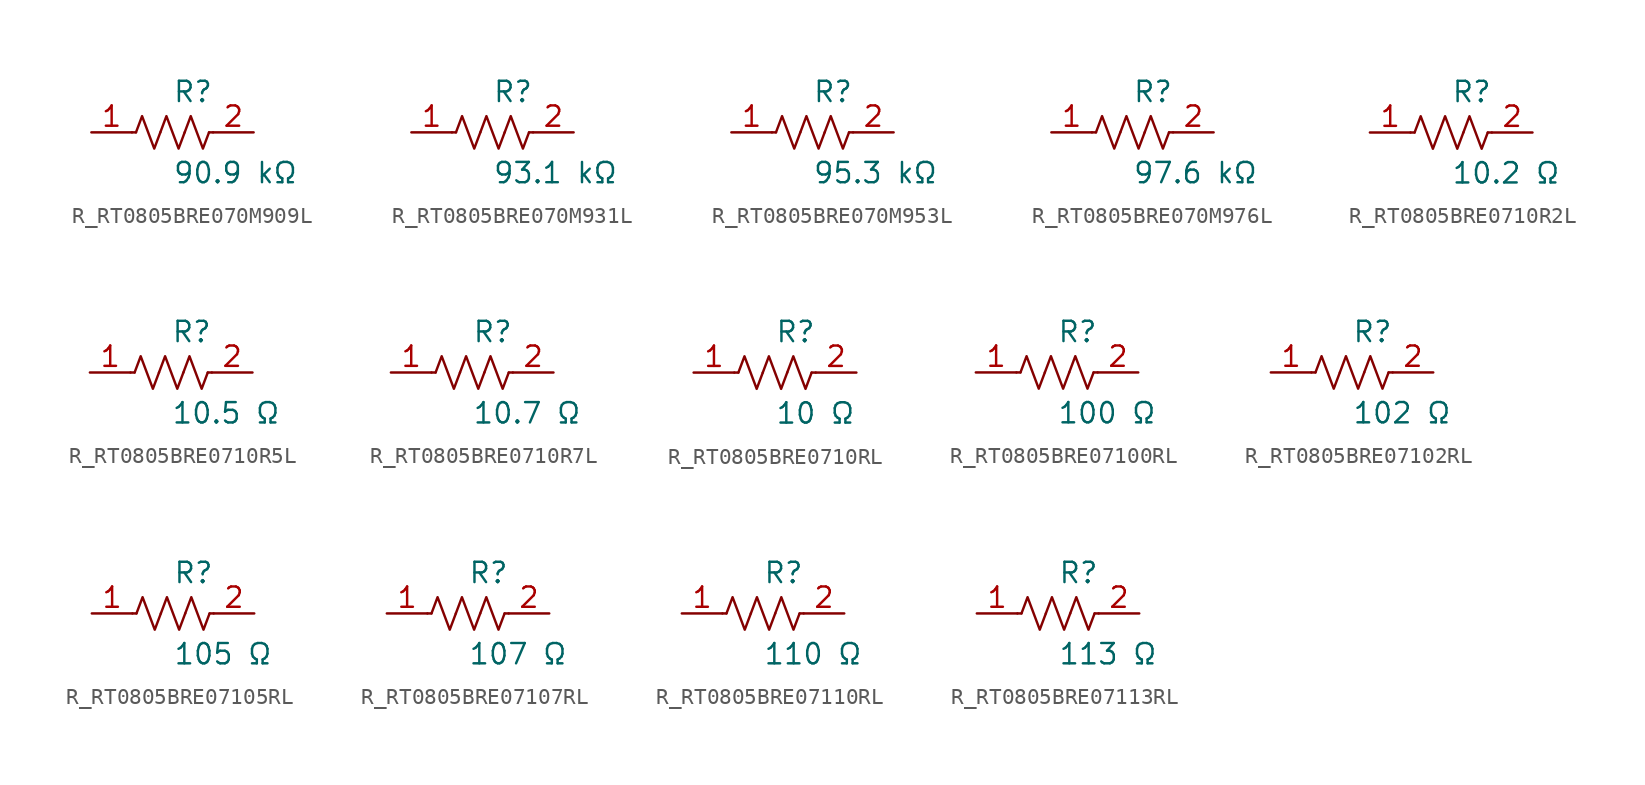
<source format=kicad_sym>
(kicad_symbol_lib
  (version 20231120)
  (generator kicad_symbol_editor)
  (generator_version 8.0)
  (symbol "R_RT0805BRE070M909L"
    (pin_names
      (offset 0.254))
    (property "Reference" "R"
      (at 0.0 2.54 0)
      (effects (font (size 1.27 1.27)) (justify left)))
    (property "Value" "90.9 kΩ"
      (at 0.0 -2.54 0)
      (effects (font (size 1.27 1.27)) (justify left)))
    (symbol "R_RT0805BRE070M909L_0_1"
      (polyline (pts (xy 2.286 0) (xy 2.54 0)) (stroke (width 0) (type default)) (fill (type none)))
      (polyline (pts (xy -2.286 0) (xy -2.54 0)) (stroke (width 0) (type default)) (fill (type none)))
      (polyline (pts (xy 0.762 0) (xy 1.143 1.016) (xy 1.524 0) (xy 1.905 -1.016) (xy 2.286 0)) (stroke (width 0) (type default)) (fill (type none)))
      (polyline (pts (xy -0.762 0) (xy -0.381 1.016) (xy 0 0) (xy 0.381 -1.016) (xy 0.762 0)) (stroke (width 0) (type default)) (fill (type none)))
      (polyline (pts (xy -2.286 0) (xy -1.905 1.016) (xy -1.524 0) (xy -1.143 -1.016) (xy -0.762 0)) (stroke (width 0) (type default)) (fill (type none))))
    (pin unspecified line
      (at -5.08 0 0)
      (length 2.54)
      (name "" (effects (font (size 1.27 1.27))))
      (number "1" (effects (font (size 1.27 1.27)))))
    (pin unspecified line
      (at 5.08 0 180)
      (length 2.54)
      (name "" (effects (font (size 1.27 1.27))))
      (number "2" (effects (font (size 1.27 1.27))))))
  (symbol "R_RT0805BRE070M931L"
    (pin_names
      (offset 0.254))
    (property "Reference" "R"
      (at 0.0 2.54 0)
      (effects (font (size 1.27 1.27)) (justify left)))
    (property "Value" "93.1 kΩ"
      (at 0.0 -2.54 0)
      (effects (font (size 1.27 1.27)) (justify left)))
    (symbol "R_RT0805BRE070M931L_0_1"
      (polyline (pts (xy 2.286 0) (xy 2.54 0)) (stroke (width 0) (type default)) (fill (type none)))
      (polyline (pts (xy -2.286 0) (xy -2.54 0)) (stroke (width 0) (type default)) (fill (type none)))
      (polyline (pts (xy 0.762 0) (xy 1.143 1.016) (xy 1.524 0) (xy 1.905 -1.016) (xy 2.286 0)) (stroke (width 0) (type default)) (fill (type none)))
      (polyline (pts (xy -0.762 0) (xy -0.381 1.016) (xy 0 0) (xy 0.381 -1.016) (xy 0.762 0)) (stroke (width 0) (type default)) (fill (type none)))
      (polyline (pts (xy -2.286 0) (xy -1.905 1.016) (xy -1.524 0) (xy -1.143 -1.016) (xy -0.762 0)) (stroke (width 0) (type default)) (fill (type none))))
    (pin unspecified line
      (at -5.08 0 0)
      (length 2.54)
      (name "" (effects (font (size 1.27 1.27))))
      (number "1" (effects (font (size 1.27 1.27)))))
    (pin unspecified line
      (at 5.08 0 180)
      (length 2.54)
      (name "" (effects (font (size 1.27 1.27))))
      (number "2" (effects (font (size 1.27 1.27))))))
  (symbol "R_RT0805BRE070M953L"
    (pin_names
      (offset 0.254))
    (property "Reference" "R"
      (at 0.0 2.54 0)
      (effects (font (size 1.27 1.27)) (justify left)))
    (property "Value" "95.3 kΩ"
      (at 0.0 -2.54 0)
      (effects (font (size 1.27 1.27)) (justify left)))
    (symbol "R_RT0805BRE070M953L_0_1"
      (polyline (pts (xy 2.286 0) (xy 2.54 0)) (stroke (width 0) (type default)) (fill (type none)))
      (polyline (pts (xy -2.286 0) (xy -2.54 0)) (stroke (width 0) (type default)) (fill (type none)))
      (polyline (pts (xy 0.762 0) (xy 1.143 1.016) (xy 1.524 0) (xy 1.905 -1.016) (xy 2.286 0)) (stroke (width 0) (type default)) (fill (type none)))
      (polyline (pts (xy -0.762 0) (xy -0.381 1.016) (xy 0 0) (xy 0.381 -1.016) (xy 0.762 0)) (stroke (width 0) (type default)) (fill (type none)))
      (polyline (pts (xy -2.286 0) (xy -1.905 1.016) (xy -1.524 0) (xy -1.143 -1.016) (xy -0.762 0)) (stroke (width 0) (type default)) (fill (type none))))
    (pin unspecified line
      (at -5.08 0 0)
      (length 2.54)
      (name "" (effects (font (size 1.27 1.27))))
      (number "1" (effects (font (size 1.27 1.27)))))
    (pin unspecified line
      (at 5.08 0 180)
      (length 2.54)
      (name "" (effects (font (size 1.27 1.27))))
      (number "2" (effects (font (size 1.27 1.27))))))
  (symbol "R_RT0805BRE070M976L"
    (pin_names
      (offset 0.254))
    (property "Reference" "R"
      (at 0.0 2.54 0)
      (effects (font (size 1.27 1.27)) (justify left)))
    (property "Value" "97.6 kΩ"
      (at 0.0 -2.54 0)
      (effects (font (size 1.27 1.27)) (justify left)))
    (symbol "R_RT0805BRE070M976L_0_1"
      (polyline (pts (xy 2.286 0) (xy 2.54 0)) (stroke (width 0) (type default)) (fill (type none)))
      (polyline (pts (xy -2.286 0) (xy -2.54 0)) (stroke (width 0) (type default)) (fill (type none)))
      (polyline (pts (xy 0.762 0) (xy 1.143 1.016) (xy 1.524 0) (xy 1.905 -1.016) (xy 2.286 0)) (stroke (width 0) (type default)) (fill (type none)))
      (polyline (pts (xy -0.762 0) (xy -0.381 1.016) (xy 0 0) (xy 0.381 -1.016) (xy 0.762 0)) (stroke (width 0) (type default)) (fill (type none)))
      (polyline (pts (xy -2.286 0) (xy -1.905 1.016) (xy -1.524 0) (xy -1.143 -1.016) (xy -0.762 0)) (stroke (width 0) (type default)) (fill (type none))))
    (pin unspecified line
      (at -5.08 0 0)
      (length 2.54)
      (name "" (effects (font (size 1.27 1.27))))
      (number "1" (effects (font (size 1.27 1.27)))))
    (pin unspecified line
      (at 5.08 0 180)
      (length 2.54)
      (name "" (effects (font (size 1.27 1.27))))
      (number "2" (effects (font (size 1.27 1.27))))))
  (symbol "R_RT0805BRE0710R2L"
    (pin_names
      (offset 0.254))
    (property "Reference" "R"
      (at 0.0 2.54 0)
      (effects (font (size 1.27 1.27)) (justify left)))
    (property "Value" "10.2 Ω"
      (at 0.0 -2.54 0)
      (effects (font (size 1.27 1.27)) (justify left)))
    (symbol "R_RT0805BRE0710R2L_0_1"
      (polyline (pts (xy 2.286 0) (xy 2.54 0)) (stroke (width 0) (type default)) (fill (type none)))
      (polyline (pts (xy -2.286 0) (xy -2.54 0)) (stroke (width 0) (type default)) (fill (type none)))
      (polyline (pts (xy 0.762 0) (xy 1.143 1.016) (xy 1.524 0) (xy 1.905 -1.016) (xy 2.286 0)) (stroke (width 0) (type default)) (fill (type none)))
      (polyline (pts (xy -0.762 0) (xy -0.381 1.016) (xy 0 0) (xy 0.381 -1.016) (xy 0.762 0)) (stroke (width 0) (type default)) (fill (type none)))
      (polyline (pts (xy -2.286 0) (xy -1.905 1.016) (xy -1.524 0) (xy -1.143 -1.016) (xy -0.762 0)) (stroke (width 0) (type default)) (fill (type none))))
    (pin unspecified line
      (at -5.08 0 0)
      (length 2.54)
      (name "" (effects (font (size 1.27 1.27))))
      (number "1" (effects (font (size 1.27 1.27)))))
    (pin unspecified line
      (at 5.08 0 180)
      (length 2.54)
      (name "" (effects (font (size 1.27 1.27))))
      (number "2" (effects (font (size 1.27 1.27))))))
  (symbol "R_RT0805BRE0710R5L"
    (pin_names
      (offset 0.254))
    (property "Reference" "R"
      (at 0.0 2.54 0)
      (effects (font (size 1.27 1.27)) (justify left)))
    (property "Value" "10.5 Ω"
      (at 0.0 -2.54 0)
      (effects (font (size 1.27 1.27)) (justify left)))
    (symbol "R_RT0805BRE0710R5L_0_1"
      (polyline (pts (xy 2.286 0) (xy 2.54 0)) (stroke (width 0) (type default)) (fill (type none)))
      (polyline (pts (xy -2.286 0) (xy -2.54 0)) (stroke (width 0) (type default)) (fill (type none)))
      (polyline (pts (xy 0.762 0) (xy 1.143 1.016) (xy 1.524 0) (xy 1.905 -1.016) (xy 2.286 0)) (stroke (width 0) (type default)) (fill (type none)))
      (polyline (pts (xy -0.762 0) (xy -0.381 1.016) (xy 0 0) (xy 0.381 -1.016) (xy 0.762 0)) (stroke (width 0) (type default)) (fill (type none)))
      (polyline (pts (xy -2.286 0) (xy -1.905 1.016) (xy -1.524 0) (xy -1.143 -1.016) (xy -0.762 0)) (stroke (width 0) (type default)) (fill (type none))))
    (pin unspecified line
      (at -5.08 0 0)
      (length 2.54)
      (name "" (effects (font (size 1.27 1.27))))
      (number "1" (effects (font (size 1.27 1.27)))))
    (pin unspecified line
      (at 5.08 0 180)
      (length 2.54)
      (name "" (effects (font (size 1.27 1.27))))
      (number "2" (effects (font (size 1.27 1.27))))))
  (symbol "R_RT0805BRE0710R7L"
    (pin_names
      (offset 0.254))
    (property "Reference" "R"
      (at 0.0 2.54 0)
      (effects (font (size 1.27 1.27)) (justify left)))
    (property "Value" "10.7 Ω"
      (at 0.0 -2.54 0)
      (effects (font (size 1.27 1.27)) (justify left)))
    (symbol "R_RT0805BRE0710R7L_0_1"
      (polyline (pts (xy 2.286 0) (xy 2.54 0)) (stroke (width 0) (type default)) (fill (type none)))
      (polyline (pts (xy -2.286 0) (xy -2.54 0)) (stroke (width 0) (type default)) (fill (type none)))
      (polyline (pts (xy 0.762 0) (xy 1.143 1.016) (xy 1.524 0) (xy 1.905 -1.016) (xy 2.286 0)) (stroke (width 0) (type default)) (fill (type none)))
      (polyline (pts (xy -0.762 0) (xy -0.381 1.016) (xy 0 0) (xy 0.381 -1.016) (xy 0.762 0)) (stroke (width 0) (type default)) (fill (type none)))
      (polyline (pts (xy -2.286 0) (xy -1.905 1.016) (xy -1.524 0) (xy -1.143 -1.016) (xy -0.762 0)) (stroke (width 0) (type default)) (fill (type none))))
    (pin unspecified line
      (at -5.08 0 0)
      (length 2.54)
      (name "" (effects (font (size 1.27 1.27))))
      (number "1" (effects (font (size 1.27 1.27)))))
    (pin unspecified line
      (at 5.08 0 180)
      (length 2.54)
      (name "" (effects (font (size 1.27 1.27))))
      (number "2" (effects (font (size 1.27 1.27))))))
  (symbol "R_RT0805BRE0710RL"
    (pin_names
      (offset 0.254))
    (property "Reference" "R"
      (at 0.0 2.54 0)
      (effects (font (size 1.27 1.27)) (justify left)))
    (property "Value" "10 Ω"
      (at 0.0 -2.54 0)
      (effects (font (size 1.27 1.27)) (justify left)))
    (symbol "R_RT0805BRE0710RL_0_1"
      (polyline (pts (xy 2.286 0) (xy 2.54 0)) (stroke (width 0) (type default)) (fill (type none)))
      (polyline (pts (xy -2.286 0) (xy -2.54 0)) (stroke (width 0) (type default)) (fill (type none)))
      (polyline (pts (xy 0.762 0) (xy 1.143 1.016) (xy 1.524 0) (xy 1.905 -1.016) (xy 2.286 0)) (stroke (width 0) (type default)) (fill (type none)))
      (polyline (pts (xy -0.762 0) (xy -0.381 1.016) (xy 0 0) (xy 0.381 -1.016) (xy 0.762 0)) (stroke (width 0) (type default)) (fill (type none)))
      (polyline (pts (xy -2.286 0) (xy -1.905 1.016) (xy -1.524 0) (xy -1.143 -1.016) (xy -0.762 0)) (stroke (width 0) (type default)) (fill (type none))))
    (pin unspecified line
      (at -5.08 0 0)
      (length 2.54)
      (name "" (effects (font (size 1.27 1.27))))
      (number "1" (effects (font (size 1.27 1.27)))))
    (pin unspecified line
      (at 5.08 0 180)
      (length 2.54)
      (name "" (effects (font (size 1.27 1.27))))
      (number "2" (effects (font (size 1.27 1.27))))))
  (symbol "R_RT0805BRE07100RL"
    (pin_names
      (offset 0.254))
    (property "Reference" "R"
      (at 0.0 2.54 0)
      (effects (font (size 1.27 1.27)) (justify left)))
    (property "Value" "100 Ω"
      (at 0.0 -2.54 0)
      (effects (font (size 1.27 1.27)) (justify left)))
    (symbol "R_RT0805BRE07100RL_0_1"
      (polyline (pts (xy 2.286 0) (xy 2.54 0)) (stroke (width 0) (type default)) (fill (type none)))
      (polyline (pts (xy -2.286 0) (xy -2.54 0)) (stroke (width 0) (type default)) (fill (type none)))
      (polyline (pts (xy 0.762 0) (xy 1.143 1.016) (xy 1.524 0) (xy 1.905 -1.016) (xy 2.286 0)) (stroke (width 0) (type default)) (fill (type none)))
      (polyline (pts (xy -0.762 0) (xy -0.381 1.016) (xy 0 0) (xy 0.381 -1.016) (xy 0.762 0)) (stroke (width 0) (type default)) (fill (type none)))
      (polyline (pts (xy -2.286 0) (xy -1.905 1.016) (xy -1.524 0) (xy -1.143 -1.016) (xy -0.762 0)) (stroke (width 0) (type default)) (fill (type none))))
    (pin unspecified line
      (at -5.08 0 0)
      (length 2.54)
      (name "" (effects (font (size 1.27 1.27))))
      (number "1" (effects (font (size 1.27 1.27)))))
    (pin unspecified line
      (at 5.08 0 180)
      (length 2.54)
      (name "" (effects (font (size 1.27 1.27))))
      (number "2" (effects (font (size 1.27 1.27))))))
  (symbol "R_RT0805BRE07102RL"
    (pin_names
      (offset 0.254))
    (property "Reference" "R"
      (at 0.0 2.54 0)
      (effects (font (size 1.27 1.27)) (justify left)))
    (property "Value" "102 Ω"
      (at 0.0 -2.54 0)
      (effects (font (size 1.27 1.27)) (justify left)))
    (symbol "R_RT0805BRE07102RL_0_1"
      (polyline (pts (xy 2.286 0) (xy 2.54 0)) (stroke (width 0) (type default)) (fill (type none)))
      (polyline (pts (xy -2.286 0) (xy -2.54 0)) (stroke (width 0) (type default)) (fill (type none)))
      (polyline (pts (xy 0.762 0) (xy 1.143 1.016) (xy 1.524 0) (xy 1.905 -1.016) (xy 2.286 0)) (stroke (width 0) (type default)) (fill (type none)))
      (polyline (pts (xy -0.762 0) (xy -0.381 1.016) (xy 0 0) (xy 0.381 -1.016) (xy 0.762 0)) (stroke (width 0) (type default)) (fill (type none)))
      (polyline (pts (xy -2.286 0) (xy -1.905 1.016) (xy -1.524 0) (xy -1.143 -1.016) (xy -0.762 0)) (stroke (width 0) (type default)) (fill (type none))))
    (pin unspecified line
      (at -5.08 0 0)
      (length 2.54)
      (name "" (effects (font (size 1.27 1.27))))
      (number "1" (effects (font (size 1.27 1.27)))))
    (pin unspecified line
      (at 5.08 0 180)
      (length 2.54)
      (name "" (effects (font (size 1.27 1.27))))
      (number "2" (effects (font (size 1.27 1.27))))))
  (symbol "R_RT0805BRE07105RL"
    (pin_names
      (offset 0.254))
    (property "Reference" "R"
      (at 0.0 2.54 0)
      (effects (font (size 1.27 1.27)) (justify left)))
    (property "Value" "105 Ω"
      (at 0.0 -2.54 0)
      (effects (font (size 1.27 1.27)) (justify left)))
    (symbol "R_RT0805BRE07105RL_0_1"
      (polyline (pts (xy 2.286 0) (xy 2.54 0)) (stroke (width 0) (type default)) (fill (type none)))
      (polyline (pts (xy -2.286 0) (xy -2.54 0)) (stroke (width 0) (type default)) (fill (type none)))
      (polyline (pts (xy 0.762 0) (xy 1.143 1.016) (xy 1.524 0) (xy 1.905 -1.016) (xy 2.286 0)) (stroke (width 0) (type default)) (fill (type none)))
      (polyline (pts (xy -0.762 0) (xy -0.381 1.016) (xy 0 0) (xy 0.381 -1.016) (xy 0.762 0)) (stroke (width 0) (type default)) (fill (type none)))
      (polyline (pts (xy -2.286 0) (xy -1.905 1.016) (xy -1.524 0) (xy -1.143 -1.016) (xy -0.762 0)) (stroke (width 0) (type default)) (fill (type none))))
    (pin unspecified line
      (at -5.08 0 0)
      (length 2.54)
      (name "" (effects (font (size 1.27 1.27))))
      (number "1" (effects (font (size 1.27 1.27)))))
    (pin unspecified line
      (at 5.08 0 180)
      (length 2.54)
      (name "" (effects (font (size 1.27 1.27))))
      (number "2" (effects (font (size 1.27 1.27))))))
  (symbol "R_RT0805BRE07107RL"
    (pin_names
      (offset 0.254))
    (property "Reference" "R"
      (at 0.0 2.54 0)
      (effects (font (size 1.27 1.27)) (justify left)))
    (property "Value" "107 Ω"
      (at 0.0 -2.54 0)
      (effects (font (size 1.27 1.27)) (justify left)))
    (symbol "R_RT0805BRE07107RL_0_1"
      (polyline (pts (xy 2.286 0) (xy 2.54 0)) (stroke (width 0) (type default)) (fill (type none)))
      (polyline (pts (xy -2.286 0) (xy -2.54 0)) (stroke (width 0) (type default)) (fill (type none)))
      (polyline (pts (xy 0.762 0) (xy 1.143 1.016) (xy 1.524 0) (xy 1.905 -1.016) (xy 2.286 0)) (stroke (width 0) (type default)) (fill (type none)))
      (polyline (pts (xy -0.762 0) (xy -0.381 1.016) (xy 0 0) (xy 0.381 -1.016) (xy 0.762 0)) (stroke (width 0) (type default)) (fill (type none)))
      (polyline (pts (xy -2.286 0) (xy -1.905 1.016) (xy -1.524 0) (xy -1.143 -1.016) (xy -0.762 0)) (stroke (width 0) (type default)) (fill (type none))))
    (pin unspecified line
      (at -5.08 0 0)
      (length 2.54)
      (name "" (effects (font (size 1.27 1.27))))
      (number "1" (effects (font (size 1.27 1.27)))))
    (pin unspecified line
      (at 5.08 0 180)
      (length 2.54)
      (name "" (effects (font (size 1.27 1.27))))
      (number "2" (effects (font (size 1.27 1.27))))))
  (symbol "R_RT0805BRE07110RL"
    (pin_names
      (offset 0.254))
    (property "Reference" "R"
      (at 0.0 2.54 0)
      (effects (font (size 1.27 1.27)) (justify left)))
    (property "Value" "110 Ω"
      (at 0.0 -2.54 0)
      (effects (font (size 1.27 1.27)) (justify left)))
    (symbol "R_RT0805BRE07110RL_0_1"
      (polyline (pts (xy 2.286 0) (xy 2.54 0)) (stroke (width 0) (type default)) (fill (type none)))
      (polyline (pts (xy -2.286 0) (xy -2.54 0)) (stroke (width 0) (type default)) (fill (type none)))
      (polyline (pts (xy 0.762 0) (xy 1.143 1.016) (xy 1.524 0) (xy 1.905 -1.016) (xy 2.286 0)) (stroke (width 0) (type default)) (fill (type none)))
      (polyline (pts (xy -0.762 0) (xy -0.381 1.016) (xy 0 0) (xy 0.381 -1.016) (xy 0.762 0)) (stroke (width 0) (type default)) (fill (type none)))
      (polyline (pts (xy -2.286 0) (xy -1.905 1.016) (xy -1.524 0) (xy -1.143 -1.016) (xy -0.762 0)) (stroke (width 0) (type default)) (fill (type none))))
    (pin unspecified line
      (at -5.08 0 0)
      (length 2.54)
      (name "" (effects (font (size 1.27 1.27))))
      (number "1" (effects (font (size 1.27 1.27)))))
    (pin unspecified line
      (at 5.08 0 180)
      (length 2.54)
      (name "" (effects (font (size 1.27 1.27))))
      (number "2" (effects (font (size 1.27 1.27))))))
  (symbol "R_RT0805BRE07113RL"
    (pin_names
      (offset 0.254))
    (property "Reference" "R"
      (at 0.0 2.54 0)
      (effects (font (size 1.27 1.27)) (justify left)))
    (property "Value" "113 Ω"
      (at 0.0 -2.54 0)
      (effects (font (size 1.27 1.27)) (justify left)))
    (symbol "R_RT0805BRE07113RL_0_1"
      (polyline (pts (xy 2.286 0) (xy 2.54 0)) (stroke (width 0) (type default)) (fill (type none)))
      (polyline (pts (xy -2.286 0) (xy -2.54 0)) (stroke (width 0) (type default)) (fill (type none)))
      (polyline (pts (xy 0.762 0) (xy 1.143 1.016) (xy 1.524 0) (xy 1.905 -1.016) (xy 2.286 0)) (stroke (width 0) (type default)) (fill (type none)))
      (polyline (pts (xy -0.762 0) (xy -0.381 1.016) (xy 0 0) (xy 0.381 -1.016) (xy 0.762 0)) (stroke (width 0) (type default)) (fill (type none)))
      (polyline (pts (xy -2.286 0) (xy -1.905 1.016) (xy -1.524 0) (xy -1.143 -1.016) (xy -0.762 0)) (stroke (width 0) (type default)) (fill (type none))))
    (pin unspecified line
      (at -5.08 0 0)
      (length 2.54)
      (name "" (effects (font (size 1.27 1.27))))
      (number "1" (effects (font (size 1.27 1.27)))))
    (pin unspecified line
      (at 5.08 0 180)
      (length 2.54)
      (name "" (effects (font (size 1.27 1.27))))
      (number "2" (effects (font (size 1.27 1.27)))))))
</source>
